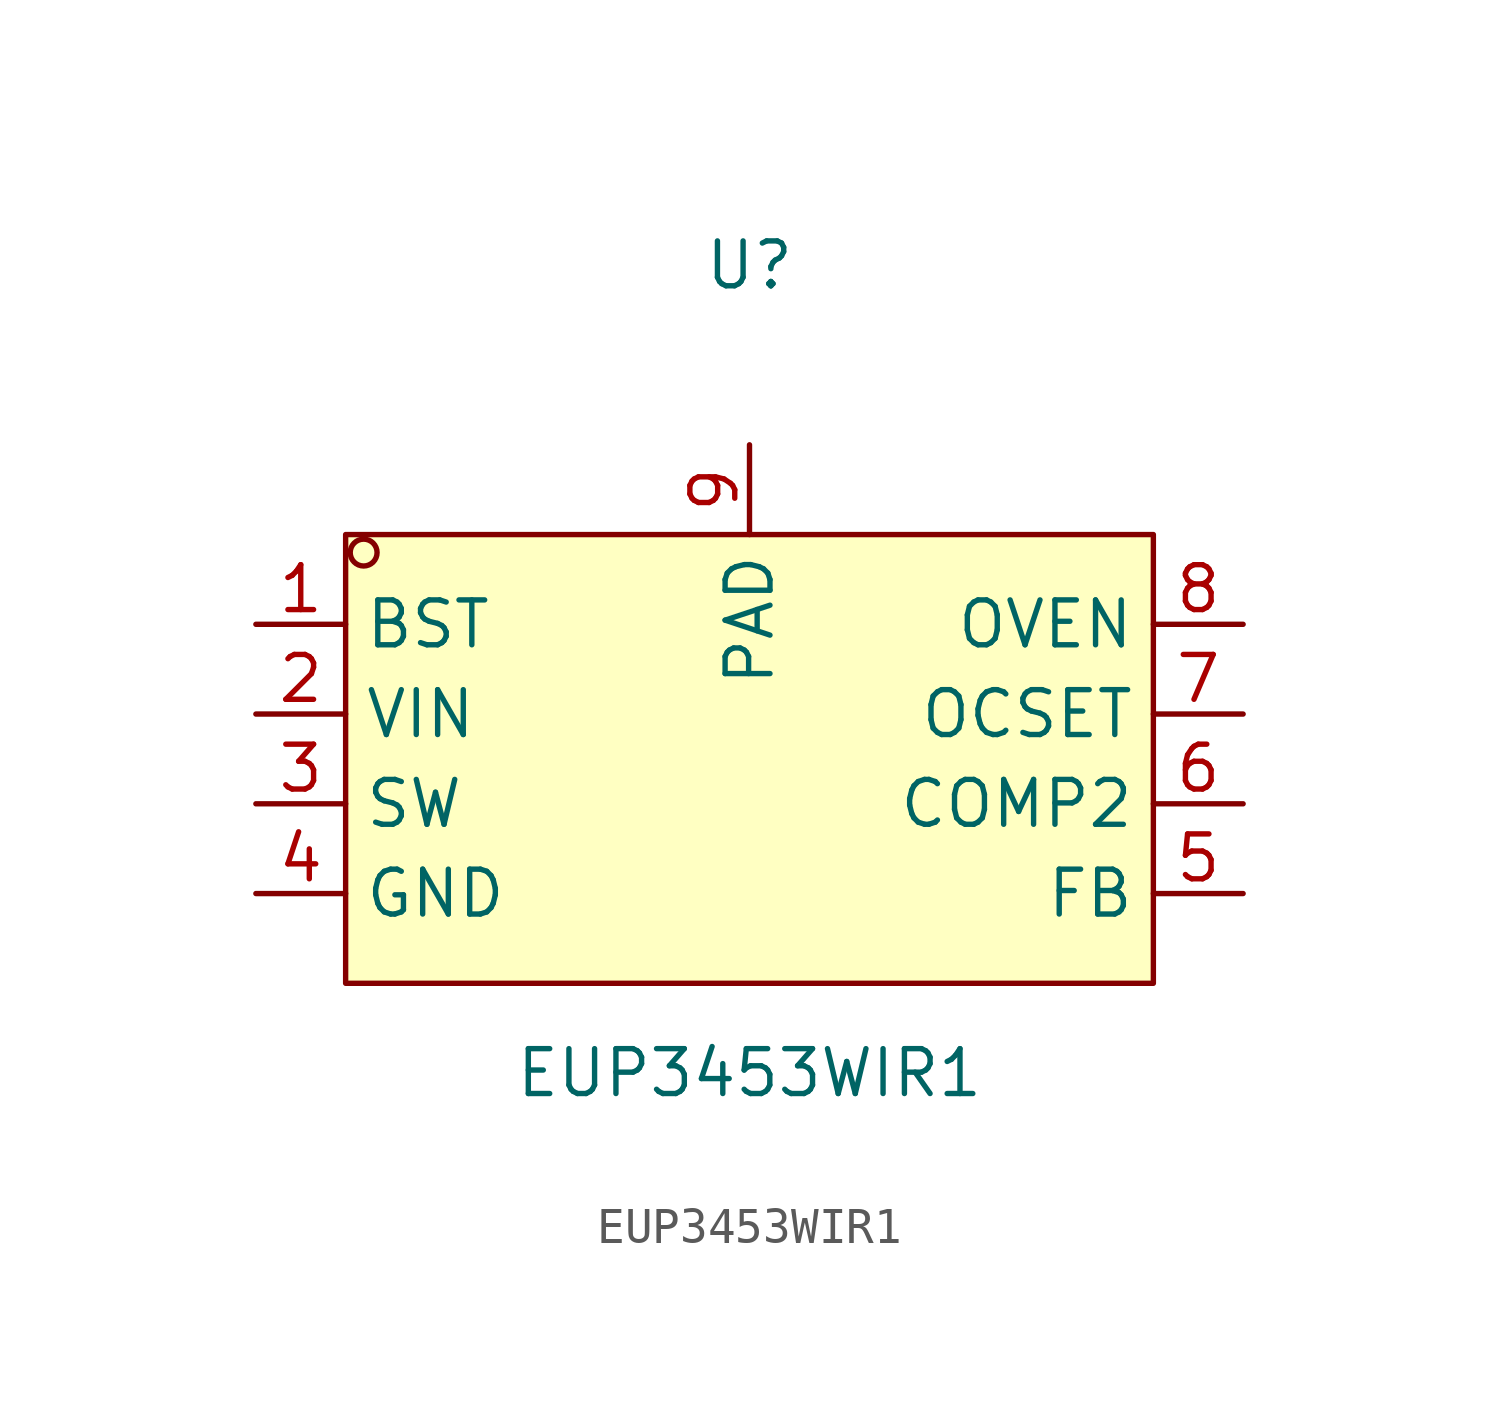
<source format=kicad_sym>
(kicad_symbol_lib
  (version 20211014)
  (generator kicad_symbol_editor)
  (symbol "EUP3453WIR1"
    (property "Reference" "U"
      (at 0 13.97 0)
      (effects (font (size 1.27 1.27))))
    (property "Value" "EUP3453WIR1"
      (at 0 -8.89 0)
      (effects (font (size 1.27 1.27))))
    (symbol "EUP3453WIR1_0_1"
      (rectangle (start -11.43 6.35) (end 11.43 -6.35) (stroke (width 0) (type default) (color 0 0 0 0)) (fill (type background)))
      (circle (center -10.92 5.84) (radius 0.38) (stroke (width 0) (type default) (color 0 0 0 0)) (fill (type none)))
      (pin input line (at -13.97 3.81 0) (length 2.54) (name "BST" (effects (font (size 1.27 1.27)))) (number "1" (effects (font (size 1.27 1.27)))))
      (pin power_in line (at -13.97 1.27 0) (length 2.54) (name "VIN" (effects (font (size 1.27 1.27)))) (number "2" (effects (font (size 1.27 1.27)))))
      (pin input line (at -13.97 -1.27 0) (length 2.54) (name "SW" (effects (font (size 1.27 1.27)))) (number "3" (effects (font (size 1.27 1.27)))))
      (pin power_in line (at -13.97 -3.81 0) (length 2.54) (name "GND" (effects (font (size 1.27 1.27)))) (number "4" (effects (font (size 1.27 1.27)))))
      (pin input line (at 13.97 -3.81 180) (length 2.54) (name "FB" (effects (font (size 1.27 1.27)))) (number "5" (effects (font (size 1.27 1.27)))))
      (pin input line (at 13.97 -1.27 180) (length 2.54) (name "COMP2" (effects (font (size 1.27 1.27)))) (number "6" (effects (font (size 1.27 1.27)))))
      (pin input line (at 13.97 1.27 180) (length 2.54) (name "OCSET" (effects (font (size 1.27 1.27)))) (number "7" (effects (font (size 1.27 1.27)))))
      (pin input line (at 13.97 3.81 180) (length 2.54) (name "OVEN" (effects (font (size 1.27 1.27)))) (number "8" (effects (font (size 1.27 1.27)))))
      (pin unspecified line (at 0 8.89 270) (length 2.54) (name "PAD" (effects (font (size 1.27 1.27)))) (number "9" (effects (font (size 1.27 1.27))))))))
</source>
